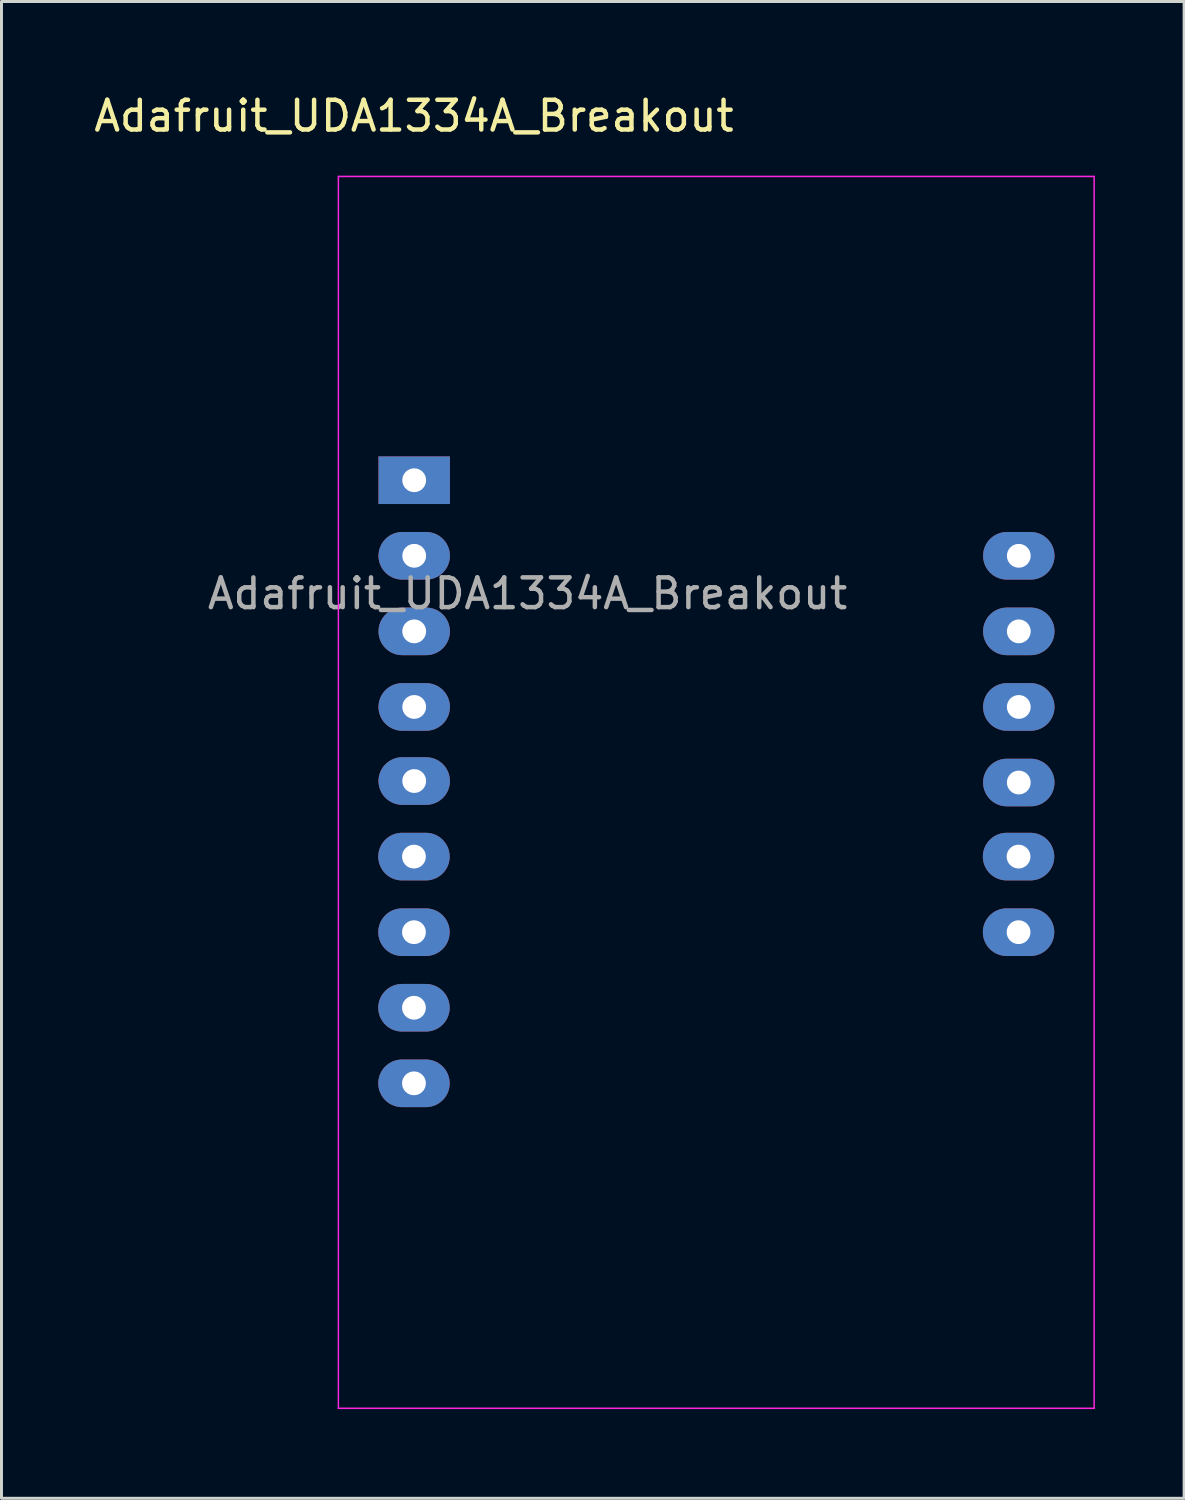
<source format=kicad_pcb>
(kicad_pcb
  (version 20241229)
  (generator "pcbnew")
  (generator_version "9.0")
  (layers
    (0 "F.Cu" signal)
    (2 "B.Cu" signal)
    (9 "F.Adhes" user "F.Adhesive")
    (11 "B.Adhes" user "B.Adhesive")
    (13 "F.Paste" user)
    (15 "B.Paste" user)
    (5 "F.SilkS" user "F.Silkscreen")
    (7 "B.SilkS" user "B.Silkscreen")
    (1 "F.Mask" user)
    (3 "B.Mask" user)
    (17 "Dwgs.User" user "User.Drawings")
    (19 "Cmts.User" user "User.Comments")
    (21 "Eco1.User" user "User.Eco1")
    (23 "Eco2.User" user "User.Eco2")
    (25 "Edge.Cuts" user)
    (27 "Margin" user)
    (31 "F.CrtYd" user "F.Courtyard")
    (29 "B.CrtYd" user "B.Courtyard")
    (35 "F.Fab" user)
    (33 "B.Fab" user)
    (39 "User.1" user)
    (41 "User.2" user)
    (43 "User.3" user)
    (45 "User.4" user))
  (footprint "Adafruit_UDA1334A_Breakout"
    (layer "F.Cu")
    (at 10.863 7.96)
    (property "Reference" "Adafruit_UDA1334A_Breakout" (at 0 -7.112 0) (layer "F.SilkS") (effects (font (size 1 1) (thickness 0.15))))
    (attr through_hole)
    (fp_line (start -2.54 -5.08) (end -2.54 36.322) (stroke (width 0.05) (type solid)) (layer "F.CrtYd"))
    (fp_line (start -2.54 36.322) (end 22.86 36.322) (stroke (width 0.05) (type solid)) (layer "F.CrtYd"))
    (fp_line (start 22.86 -5.08) (end -2.54 -5.08) (stroke (width 0.05) (type solid)) (layer "F.CrtYd"))
    (fp_line (start 22.86 36.322) (end 22.86 -5.08) (stroke (width 0.05) (type solid)) (layer "F.CrtYd"))
    (fp_text user "${REFERENCE}" (at 3.818 8.94 0) (layer "F.Fab") (effects (font (size 1 1) (thickness 0.15))))
    (pad "1" thru_hole rect (at 0.008 5.13) (size 2.4 1.6) (drill 0.8) (layers "*.Cu" "*.Mask"))
    (pad "2" thru_hole oval (at 0.008 7.67) (size 2.4 1.6) (drill 0.8) (layers "*.Cu" "*.Mask"))
    (pad "3" thru_hole oval (at 0.008 10.21) (size 2.4 1.6) (drill 0.8) (layers "*.Cu" "*.Mask"))
    (pad "4" thru_hole oval (at 0.008 12.75) (size 2.4 1.6) (drill 0.8) (layers "*.Cu" "*.Mask"))
    (pad "5" thru_hole oval (at 0.008 15.24) (size 2.4 1.6) (drill 0.8) (layers "*.Cu" "*.Mask"))
    (pad "6" thru_hole oval (at 0 17.78) (size 2.4 1.6) (drill 0.8) (layers "*.Cu" "*.Mask"))
    (pad "7" thru_hole oval (at 0 20.32) (size 2.4 1.6) (drill 0.8) (layers "*.Cu" "*.Mask"))
    (pad "8" thru_hole oval (at 0 22.86) (size 2.4 1.6) (drill 0.8) (layers "*.Cu" "*.Mask"))
    (pad "9" thru_hole oval (at 0 25.4) (size 2.4 1.6) (drill 0.8) (layers "*.Cu" "*.Mask"))
    (pad "10" thru_hole oval (at 20.328 7.67) (size 2.4 1.6) (drill 0.8) (layers "*.Cu" "*.Mask"))
    (pad "11" thru_hole oval (at 20.328 10.21) (size 2.4 1.6) (drill 0.8) (layers "*.Cu" "*.Mask"))
    (pad "12" thru_hole oval (at 20.328 12.75) (size 2.4 1.6) (drill 0.8) (layers "*.Cu" "*.Mask"))
    (pad "13" thru_hole oval (at 20.328 15.29) (size 2.4 1.6) (drill 0.8) (layers "*.Cu" "*.Mask"))
    (pad "14" thru_hole oval (at 20.32 17.78) (size 2.4 1.6) (drill 0.8) (layers "*.Cu" "*.Mask"))
    (pad "15" thru_hole oval (at 20.32 20.32) (size 2.4 1.6) (drill 0.8) (layers "*.Cu" "*.Mask")))
  (gr_rect
    (start -3 -3)
    (end 36.748 47.307)
    (stroke (width 0.1) (type default))
    (fill no)
    (layer "Edge.Cuts")))
</source>
